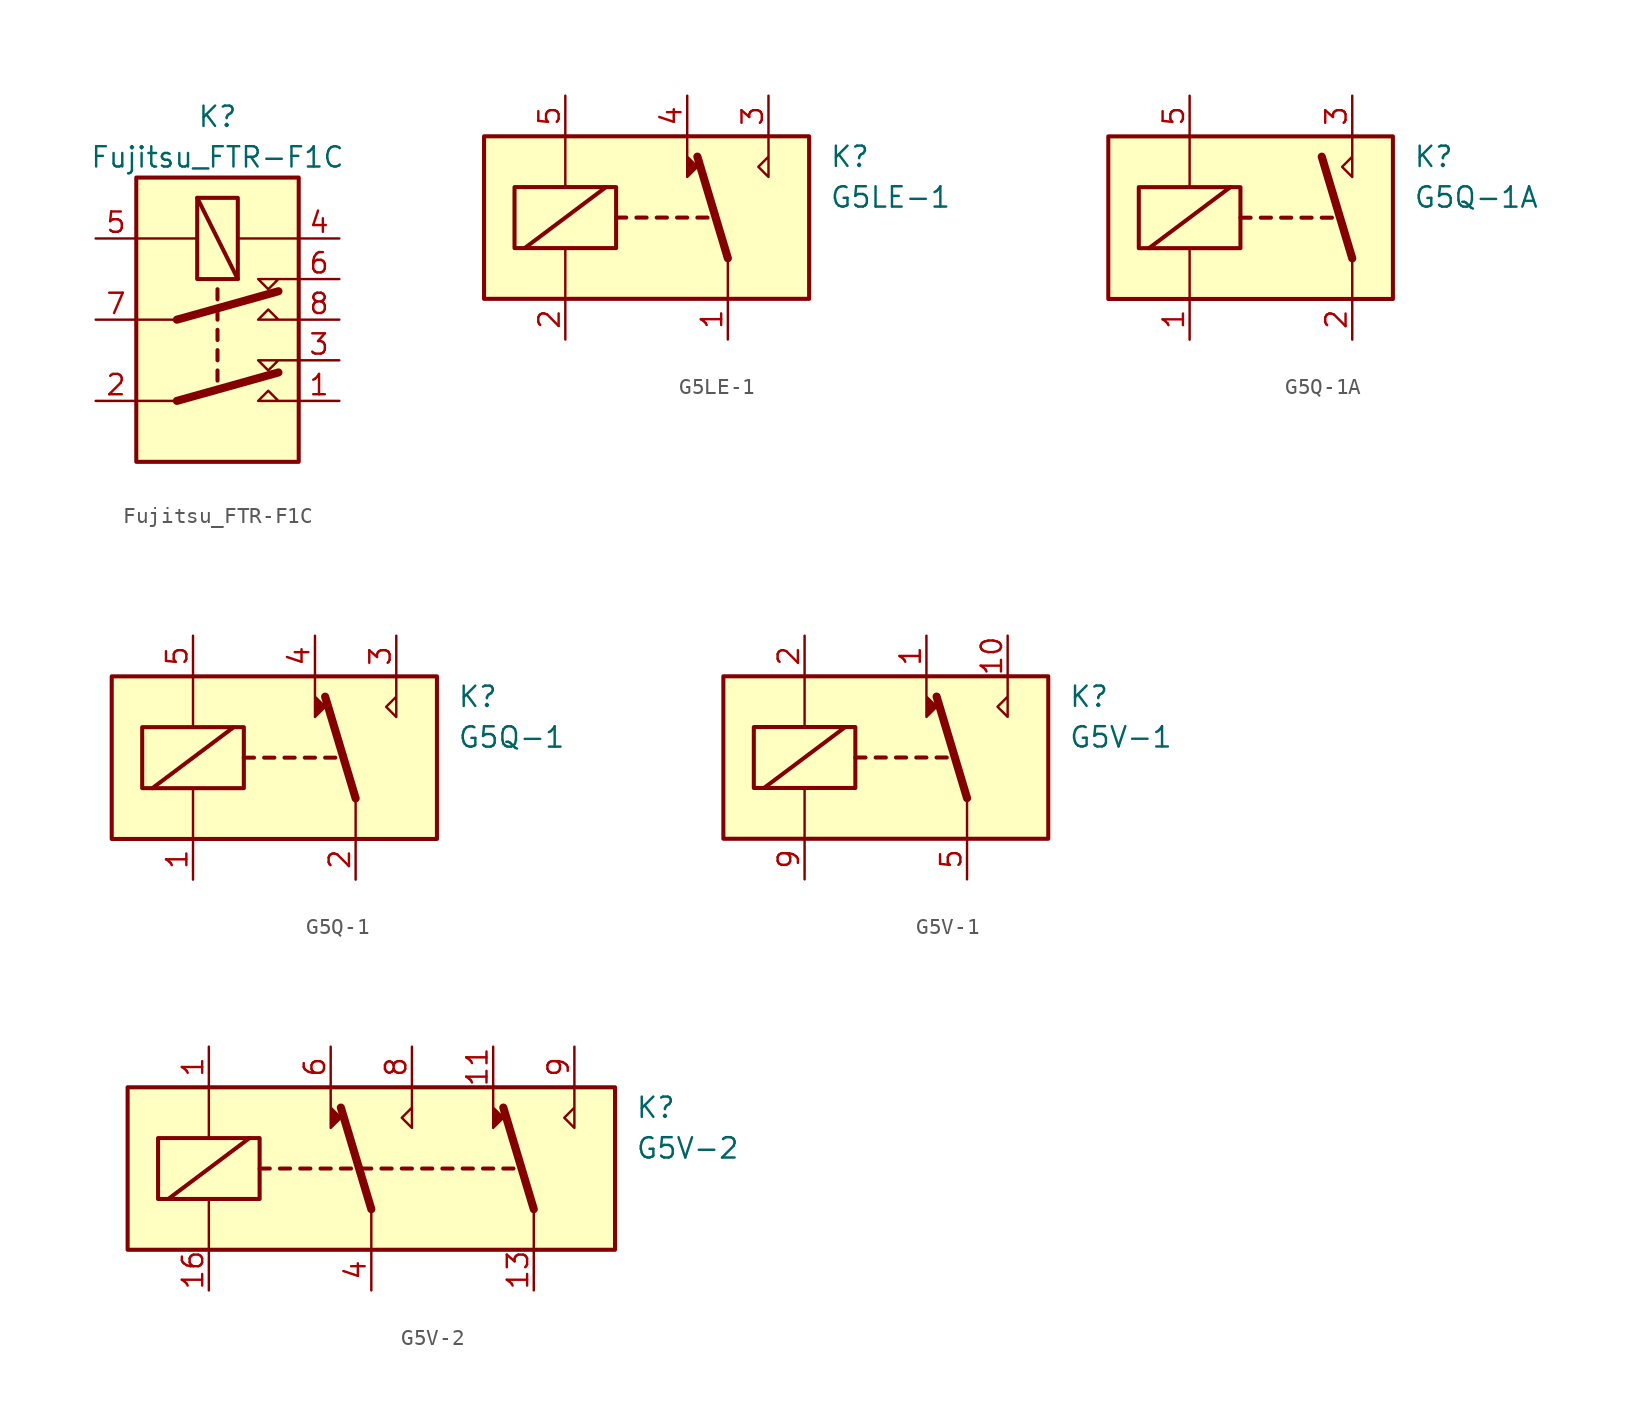
<source format=kicad_sym>
(kicad_symbol_lib
  (version 20241209)
  (generator "kicad_symbol_editor")
  (generator_version "9.0")
  (symbol "Fujitsu_FTR-F1C"
    (property "Reference" "K"
      (at 0 12.7 0)
      (effects (font (size 1.27 1.27))))
    (property "Value" "Fujitsu_FTR-F1C"
      (at 0 10.16 0)
      (effects (font (size 1.27 1.27))))
    (symbol "Fujitsu_FTR-F1C_0_1"
      (rectangle (start -1.27 7.62) (end 1.27 2.54) (stroke (width 0.254) (type default)) (fill (type background)))
      (polyline (pts (xy -1.27 7.62) (xy 1.27 2.54)) (stroke (width 0.254) (type default)) (fill (type none)))
      (polyline (pts (xy 5.08 2.54) (xy 2.54 2.54) (xy 3.175 1.905) (xy 3.81 2.54)) (stroke (width 0) (type default)) (fill (type none)))
      (polyline (pts (xy 5.08 -2.54) (xy 2.54 -2.54) (xy 3.175 -3.175) (xy 3.81 -2.54)) (stroke (width 0) (type default)) (fill (type none))))
    (symbol "Fujitsu_FTR-F1C_1_1"
      (polyline (pts (xy -5.08 5.08) (xy -1.27 5.08) (xy -1.524 5.08)) (stroke (width 0) (type default)) (fill (type none)))
      (polyline (pts (xy -2.54 0) (xy -5.08 0)) (stroke (width 0) (type default)) (fill (type none)))
      (polyline (pts (xy -2.54 0) (xy 3.81 1.778)) (stroke (width 0.508) (type default)) (fill (type none)))
      (polyline (pts (xy -2.54 -5.08) (xy -5.08 -5.08)) (stroke (width 0) (type default)) (fill (type none)))
      (polyline (pts (xy -2.54 -5.08) (xy 3.81 -3.302)) (stroke (width 0.508) (type default)) (fill (type none)))
      (polyline (pts (xy 0 1.905) (xy 0 1.27)) (stroke (width 0.254) (type default)) (fill (type none)))
      (polyline (pts (xy 0 0.635) (xy 0 0)) (stroke (width 0.254) (type default)) (fill (type none)))
      (polyline (pts (xy 0 -0.635) (xy 0 -1.27)) (stroke (width 0.254) (type default)) (fill (type none)))
      (polyline (pts (xy 0 -1.905) (xy 0 -2.54)) (stroke (width 0.254) (type default)) (fill (type none)))
      (polyline (pts (xy 0 -3.175) (xy 0 -3.81)) (stroke (width 0.254) (type default)) (fill (type none)))
      (rectangle (start 5.08 8.89) (end -5.08 -8.89) (stroke (width 0.254) (type default)) (fill (type background)))
      (polyline (pts (xy 5.08 5.08) (xy 1.27 5.08)) (stroke (width 0) (type default)) (fill (type none)))
      (polyline (pts (xy 5.08 0) (xy 2.54 0) (xy 3.175 0.635) (xy 3.81 0)) (stroke (width 0) (type default)) (fill (type none)))
      (polyline (pts (xy 5.08 -5.08) (xy 2.54 -5.08) (xy 3.175 -4.445) (xy 3.81 -5.08)) (stroke (width 0) (type default)) (fill (type none)))
      (pin passive line (at -7.62 5.08 0) (length 2.54) (name "~" (effects (font (size 1.27 1.27)))) (number "5" (effects (font (size 1.27 1.27)))))
      (pin passive line (at -7.62 0 0) (length 2.54) (name "~" (effects (font (size 1.27 1.27)))) (number "7" (effects (font (size 1.27 1.27)))))
      (pin passive line (at -7.62 -5.08 0) (length 2.54) (name "~" (effects (font (size 1.27 1.27)))) (number "2" (effects (font (size 1.27 1.27)))))
      (pin passive line (at 7.62 5.08 180) (length 2.54) (name "~" (effects (font (size 1.27 1.27)))) (number "4" (effects (font (size 1.27 1.27)))))
      (pin passive line (at 7.62 2.54 180) (length 2.54) (name "~" (effects (font (size 1.27 1.27)))) (number "6" (effects (font (size 1.27 1.27)))))
      (pin passive line (at 7.62 0 180) (length 2.54) (name "~" (effects (font (size 1.27 1.27)))) (number "8" (effects (font (size 1.27 1.27)))))
      (pin passive line (at 7.62 -2.54 180) (length 2.54) (name "~" (effects (font (size 1.27 1.27)))) (number "3" (effects (font (size 1.27 1.27)))))
      (pin passive line (at 7.62 -5.08 180) (length 2.54) (name "~" (effects (font (size 1.27 1.27)))) (number "1" (effects (font (size 1.27 1.27)))))))
  (symbol "G5LE-1"
    (property "Reference" "K"
      (at 11.43 3.81 0)
      (effects (font (size 1.27 1.27)) (justify left)))
    (property "Value" "G5LE-1"
      (at 11.43 1.27 0)
      (effects (font (size 1.27 1.27)) (justify left)))
    (symbol "G5LE-1_0_0"
      (polyline (pts (xy 7.62 5.08) (xy 7.62 2.54) (xy 6.985 3.175) (xy 7.62 3.81)) (stroke (width 0) (type default)) (fill (type none))))
    (symbol "G5LE-1_0_1"
      (rectangle (start -10.16 5.08) (end 10.16 -5.08) (stroke (width 0.254) (type default)) (fill (type background)))
      (rectangle (start -8.255 1.905) (end -1.905 -1.905) (stroke (width 0.254) (type default)) (fill (type none)))
      (polyline (pts (xy -7.62 -1.905) (xy -2.54 1.905)) (stroke (width 0.254) (type default)) (fill (type none)))
      (polyline (pts (xy -5.08 5.08) (xy -5.08 1.905)) (stroke (width 0) (type default)) (fill (type none)))
      (polyline (pts (xy -5.08 -5.08) (xy -5.08 -1.905)) (stroke (width 0) (type default)) (fill (type none)))
      (polyline (pts (xy -1.905 0) (xy -1.27 0)) (stroke (width 0.254) (type default)) (fill (type none)))
      (polyline (pts (xy -0.635 0) (xy 0 0)) (stroke (width 0.254) (type default)) (fill (type none)))
      (polyline (pts (xy 0.635 0) (xy 1.27 0)) (stroke (width 0.254) (type default)) (fill (type none)))
      (polyline (pts (xy 1.905 0) (xy 2.54 0)) (stroke (width 0.254) (type default)) (fill (type none)))
      (polyline (pts (xy 2.54 5.08) (xy 2.54 2.54) (xy 3.175 3.175) (xy 2.54 3.81)) (stroke (width 0) (type default)) (fill (type outline)))
      (polyline (pts (xy 3.175 0) (xy 3.81 0)) (stroke (width 0.254) (type default)) (fill (type none)))
      (polyline (pts (xy 5.08 -2.54) (xy 3.175 3.81)) (stroke (width 0.508) (type default)) (fill (type none)))
      (polyline (pts (xy 5.08 -2.54) (xy 5.08 -5.08)) (stroke (width 0) (type default)) (fill (type none))))
    (symbol "G5LE-1_1_1"
      (pin passive line (at -5.08 7.62 270) (length 2.54) (name "~" (effects (font (size 1.27 1.27)))) (number "5" (effects (font (size 1.27 1.27)))))
      (pin passive line (at -5.08 -7.62 90) (length 2.54) (name "~" (effects (font (size 1.27 1.27)))) (number "2" (effects (font (size 1.27 1.27)))))
      (pin passive line (at 2.54 7.62 270) (length 2.54) (name "~" (effects (font (size 1.27 1.27)))) (number "4" (effects (font (size 1.27 1.27)))))
      (pin passive line (at 5.08 -7.62 90) (length 2.54) (name "~" (effects (font (size 1.27 1.27)))) (number "1" (effects (font (size 1.27 1.27)))))
      (pin passive line (at 7.62 7.62 270) (length 2.54) (name "~" (effects (font (size 1.27 1.27)))) (number "3" (effects (font (size 1.27 1.27)))))))
  (symbol "G5Q-1A"
    (property "Reference" "K"
      (at 8.89 3.81 0)
      (effects (font (size 1.27 1.27)) (justify left)))
    (property "Value" "G5Q-1A"
      (at 8.89 1.27 0)
      (effects (font (size 1.27 1.27)) (justify left)))
    (symbol "G5Q-1A_0_0"
      (polyline (pts (xy 5.08 5.08) (xy 5.08 2.54) (xy 4.445 3.175) (xy 5.08 3.81)) (stroke (width 0) (type default)) (fill (type none))))
    (symbol "G5Q-1A_0_1"
      (rectangle (start -10.16 5.08) (end 7.62 -5.08) (stroke (width 0.254) (type default)) (fill (type background)))
      (rectangle (start -8.255 1.905) (end -1.905 -1.905) (stroke (width 0.254) (type default)) (fill (type none)))
      (polyline (pts (xy -7.62 -1.905) (xy -2.54 1.905)) (stroke (width 0.254) (type default)) (fill (type none)))
      (polyline (pts (xy -5.08 5.08) (xy -5.08 1.905)) (stroke (width 0) (type default)) (fill (type none)))
      (polyline (pts (xy -5.08 -5.08) (xy -5.08 -1.905)) (stroke (width 0) (type default)) (fill (type none)))
      (polyline (pts (xy -1.905 0) (xy -1.27 0)) (stroke (width 0.254) (type default)) (fill (type none)))
      (polyline (pts (xy -0.635 0) (xy 0 0)) (stroke (width 0.254) (type default)) (fill (type none)))
      (polyline (pts (xy 0.635 0) (xy 1.27 0)) (stroke (width 0.254) (type default)) (fill (type none)))
      (polyline (pts (xy 1.905 0) (xy 2.54 0)) (stroke (width 0.254) (type default)) (fill (type none)))
      (polyline (pts (xy 3.175 0) (xy 3.81 0)) (stroke (width 0.254) (type default)) (fill (type none)))
      (polyline (pts (xy 5.08 -2.54) (xy 3.175 3.81)) (stroke (width 0.508) (type default)) (fill (type none)))
      (polyline (pts (xy 5.08 -2.54) (xy 5.08 -5.08)) (stroke (width 0) (type default)) (fill (type none))))
    (symbol "G5Q-1A_1_1"
      (pin passive line (at -5.08 7.62 270) (length 2.54) (name "~" (effects (font (size 1.27 1.27)))) (number "5" (effects (font (size 1.27 1.27)))))
      (pin passive line (at -5.08 -7.62 90) (length 2.54) (name "~" (effects (font (size 1.27 1.27)))) (number "1" (effects (font (size 1.27 1.27)))))
      (pin passive line (at 5.08 7.62 270) (length 2.54) (name "~" (effects (font (size 1.27 1.27)))) (number "3" (effects (font (size 1.27 1.27)))))
      (pin passive line (at 5.08 -7.62 90) (length 2.54) (name "~" (effects (font (size 1.27 1.27)))) (number "2" (effects (font (size 1.27 1.27)))))))
  (symbol "G5Q-1"
    (property "Reference" "K"
      (at 11.43 3.81 0)
      (effects (font (size 1.27 1.27)) (justify left)))
    (property "Value" "G5Q-1"
      (at 11.43 1.27 0)
      (effects (font (size 1.27 1.27)) (justify left)))
    (symbol "G5Q-1_0_0"
      (polyline (pts (xy 7.62 5.08) (xy 7.62 2.54) (xy 6.985 3.175) (xy 7.62 3.81)) (stroke (width 0) (type default)) (fill (type none))))
    (symbol "G5Q-1_0_1"
      (rectangle (start -10.16 5.08) (end 10.16 -5.08) (stroke (width 0.254) (type default)) (fill (type background)))
      (rectangle (start -8.255 1.905) (end -1.905 -1.905) (stroke (width 0.254) (type default)) (fill (type none)))
      (polyline (pts (xy -7.62 -1.905) (xy -2.54 1.905)) (stroke (width 0.254) (type default)) (fill (type none)))
      (polyline (pts (xy -5.08 5.08) (xy -5.08 1.905)) (stroke (width 0) (type default)) (fill (type none)))
      (polyline (pts (xy -5.08 -5.08) (xy -5.08 -1.905)) (stroke (width 0) (type default)) (fill (type none)))
      (polyline (pts (xy -1.905 0) (xy -1.27 0)) (stroke (width 0.254) (type default)) (fill (type none)))
      (polyline (pts (xy -0.635 0) (xy 0 0)) (stroke (width 0.254) (type default)) (fill (type none)))
      (polyline (pts (xy 0.635 0) (xy 1.27 0)) (stroke (width 0.254) (type default)) (fill (type none)))
      (polyline (pts (xy 1.905 0) (xy 2.54 0)) (stroke (width 0.254) (type default)) (fill (type none)))
      (polyline (pts (xy 2.54 5.08) (xy 2.54 2.54) (xy 3.175 3.175) (xy 2.54 3.81)) (stroke (width 0) (type default)) (fill (type outline)))
      (polyline (pts (xy 3.175 0) (xy 3.81 0)) (stroke (width 0.254) (type default)) (fill (type none)))
      (polyline (pts (xy 5.08 -2.54) (xy 3.175 3.81)) (stroke (width 0.508) (type default)) (fill (type none)))
      (polyline (pts (xy 5.08 -2.54) (xy 5.08 -5.08)) (stroke (width 0) (type default)) (fill (type none))))
    (symbol "G5Q-1_1_1"
      (pin passive line (at -5.08 7.62 270) (length 2.54) (name "~" (effects (font (size 1.27 1.27)))) (number "5" (effects (font (size 1.27 1.27)))))
      (pin passive line (at -5.08 -7.62 90) (length 2.54) (name "~" (effects (font (size 1.27 1.27)))) (number "1" (effects (font (size 1.27 1.27)))))
      (pin passive line (at 2.54 7.62 270) (length 2.54) (name "~" (effects (font (size 1.27 1.27)))) (number "4" (effects (font (size 1.27 1.27)))))
      (pin passive line (at 5.08 -7.62 90) (length 2.54) (name "~" (effects (font (size 1.27 1.27)))) (number "2" (effects (font (size 1.27 1.27)))))
      (pin passive line (at 7.62 7.62 270) (length 2.54) (name "~" (effects (font (size 1.27 1.27)))) (number "3" (effects (font (size 1.27 1.27)))))))
  (symbol "G5V-1"
    (property "Reference" "K"
      (at 11.43 3.81 0)
      (effects (font (size 1.27 1.27)) (justify left)))
    (property "Value" "G5V-1"
      (at 11.43 1.27 0)
      (effects (font (size 1.27 1.27)) (justify left)))
    (symbol "G5V-1_0_0"
      (polyline (pts (xy 7.62 5.08) (xy 7.62 2.54) (xy 6.985 3.175) (xy 7.62 3.81)) (stroke (width 0) (type default)) (fill (type none))))
    (symbol "G5V-1_0_1"
      (rectangle (start -10.16 5.08) (end 10.16 -5.08) (stroke (width 0.254) (type default)) (fill (type background)))
      (rectangle (start -8.255 1.905) (end -1.905 -1.905) (stroke (width 0.254) (type default)) (fill (type none)))
      (polyline (pts (xy -7.62 -1.905) (xy -2.54 1.905)) (stroke (width 0.254) (type default)) (fill (type none)))
      (polyline (pts (xy -5.08 5.08) (xy -5.08 1.905)) (stroke (width 0) (type default)) (fill (type none)))
      (polyline (pts (xy -5.08 -5.08) (xy -5.08 -1.905)) (stroke (width 0) (type default)) (fill (type none)))
      (polyline (pts (xy -1.905 0) (xy -1.27 0)) (stroke (width 0.254) (type default)) (fill (type none)))
      (polyline (pts (xy -0.635 0) (xy 0 0)) (stroke (width 0.254) (type default)) (fill (type none)))
      (polyline (pts (xy 0.635 0) (xy 1.27 0)) (stroke (width 0.254) (type default)) (fill (type none)))
      (polyline (pts (xy 1.905 0) (xy 2.54 0)) (stroke (width 0.254) (type default)) (fill (type none)))
      (polyline (pts (xy 2.54 5.08) (xy 2.54 2.54) (xy 3.175 3.175) (xy 2.54 3.81)) (stroke (width 0) (type default)) (fill (type outline)))
      (polyline (pts (xy 3.175 0) (xy 3.81 0)) (stroke (width 0.254) (type default)) (fill (type none)))
      (polyline (pts (xy 5.08 -2.54) (xy 3.175 3.81)) (stroke (width 0.508) (type default)) (fill (type none)))
      (polyline (pts (xy 5.08 -2.54) (xy 5.08 -5.08)) (stroke (width 0) (type default)) (fill (type none))))
    (symbol "G5V-1_1_1"
      (pin passive line (at -5.08 7.62 270) (length 2.54) (name "~" (effects (font (size 1.27 1.27)))) (number "2" (effects (font (size 1.27 1.27)))))
      (pin passive line (at -5.08 -7.62 90) (length 2.54) (name "~" (effects (font (size 1.27 1.27)))) (number "9" (effects (font (size 1.27 1.27)))))
      (pin passive line (at 2.54 7.62 270) (length 2.54) (name "~" (effects (font (size 1.27 1.27)))) (number "1" (effects (font (size 1.27 1.27)))))
      (pin passive line (at 5.08 -7.62 90) (length 2.54) (name "~" (effects (font (size 1.27 1.27)))) (number "5" (effects (font (size 1.27 1.27)))))
      (pin passive line (at 5.08 -7.62 90) (length 2.54) (hide yes) (name "~" (effects (font (size 1.27 1.27)))) (number "6" (effects (font (size 1.27 1.27)))))
      (pin passive line (at 7.62 7.62 270) (length 2.54) (name "~" (effects (font (size 1.27 1.27)))) (number "10" (effects (font (size 1.27 1.27)))))))
  (symbol "G5V-2"
    (property "Reference" "K"
      (at 16.51 3.81 0)
      (effects (font (size 1.27 1.27)) (justify left)))
    (property "Value" "G5V-2"
      (at 16.51 1.27 0)
      (effects (font (size 1.27 1.27)) (justify left)))
    (symbol "G5V-2_0_1"
      (rectangle (start -15.24 5.08) (end 15.24 -5.08) (stroke (width 0.254) (type default)) (fill (type background)))
      (rectangle (start -13.335 1.905) (end -6.985 -1.905) (stroke (width 0.254) (type default)) (fill (type none)))
      (polyline (pts (xy -12.7 -1.905) (xy -7.62 1.905)) (stroke (width 0.254) (type default)) (fill (type none)))
      (polyline (pts (xy -10.16 5.08) (xy -10.16 1.905)) (stroke (width 0) (type default)) (fill (type none)))
      (polyline (pts (xy -10.16 -5.08) (xy -10.16 -1.905)) (stroke (width 0) (type default)) (fill (type none)))
      (polyline (pts (xy -6.985 0) (xy -6.35 0)) (stroke (width 0.254) (type default)) (fill (type none)))
      (polyline (pts (xy -5.715 0) (xy -5.08 0)) (stroke (width 0.254) (type default)) (fill (type none)))
      (polyline (pts (xy -4.445 0) (xy -3.81 0)) (stroke (width 0.254) (type default)) (fill (type none)))
      (polyline (pts (xy -3.175 0) (xy -2.54 0)) (stroke (width 0.254) (type default)) (fill (type none)))
      (polyline (pts (xy -2.54 5.08) (xy -2.54 2.54) (xy -1.905 3.175) (xy -2.54 3.81)) (stroke (width 0) (type default)) (fill (type outline)))
      (polyline (pts (xy -1.905 0) (xy -1.27 0)) (stroke (width 0.254) (type default)) (fill (type none)))
      (polyline (pts (xy -0.635 0) (xy 0 0)) (stroke (width 0.254) (type default)) (fill (type none)))
      (polyline (pts (xy 0 -2.54) (xy -1.905 3.81)) (stroke (width 0.508) (type default)) (fill (type none)))
      (polyline (pts (xy 0 -2.54) (xy 0 -5.08)) (stroke (width 0) (type default)) (fill (type none)))
      (polyline (pts (xy 0.635 0) (xy 1.27 0)) (stroke (width 0.254) (type default)) (fill (type none)))
      (polyline (pts (xy 1.905 0) (xy 2.54 0)) (stroke (width 0.254) (type default)) (fill (type none)))
      (polyline (pts (xy 2.54 5.08) (xy 2.54 2.54) (xy 1.905 3.175) (xy 2.54 3.81)) (stroke (width 0) (type default)) (fill (type none)))
      (polyline (pts (xy 3.175 0) (xy 3.81 0)) (stroke (width 0.254) (type default)) (fill (type none)))
      (polyline (pts (xy 4.445 0) (xy 5.08 0)) (stroke (width 0.254) (type default)) (fill (type none)))
      (polyline (pts (xy 5.715 0) (xy 6.35 0)) (stroke (width 0.254) (type default)) (fill (type none)))
      (polyline (pts (xy 6.985 0) (xy 7.62 0)) (stroke (width 0.254) (type default)) (fill (type none)))
      (polyline (pts (xy 7.62 5.08) (xy 7.62 2.54) (xy 8.255 3.175) (xy 7.62 3.81)) (stroke (width 0) (type default)) (fill (type outline)))
      (polyline (pts (xy 8.255 0) (xy 8.89 0)) (stroke (width 0.254) (type default)) (fill (type none)))
      (polyline (pts (xy 10.16 -2.54) (xy 8.255 3.81)) (stroke (width 0.508) (type default)) (fill (type none)))
      (polyline (pts (xy 10.16 -2.54) (xy 10.16 -5.08)) (stroke (width 0) (type default)) (fill (type none)))
      (polyline (pts (xy 12.7 5.08) (xy 12.7 2.54) (xy 12.065 3.175) (xy 12.7 3.81)) (stroke (width 0) (type default)) (fill (type none))))
    (symbol "G5V-2_1_1"
      (pin passive line (at -10.16 7.62 270) (length 2.54) (name "~" (effects (font (size 1.27 1.27)))) (number "1" (effects (font (size 1.27 1.27)))))
      (pin passive line (at -10.16 -7.62 90) (length 2.54) (name "~" (effects (font (size 1.27 1.27)))) (number "16" (effects (font (size 1.27 1.27)))))
      (pin passive line (at -2.54 7.62 270) (length 2.54) (name "~" (effects (font (size 1.27 1.27)))) (number "6" (effects (font (size 1.27 1.27)))))
      (pin passive line (at 0 -7.62 90) (length 2.54) (name "~" (effects (font (size 1.27 1.27)))) (number "4" (effects (font (size 1.27 1.27)))))
      (pin passive line (at 2.54 7.62 270) (length 2.54) (name "~" (effects (font (size 1.27 1.27)))) (number "8" (effects (font (size 1.27 1.27)))))
      (pin passive line (at 7.62 7.62 270) (length 2.54) (name "~" (effects (font (size 1.27 1.27)))) (number "11" (effects (font (size 1.27 1.27)))))
      (pin passive line (at 10.16 -7.62 90) (length 2.54) (name "~" (effects (font (size 1.27 1.27)))) (number "13" (effects (font (size 1.27 1.27)))))
      (pin passive line (at 12.7 7.62 270) (length 2.54) (name "~" (effects (font (size 1.27 1.27)))) (number "9" (effects (font (size 1.27 1.27))))))))
</source>
